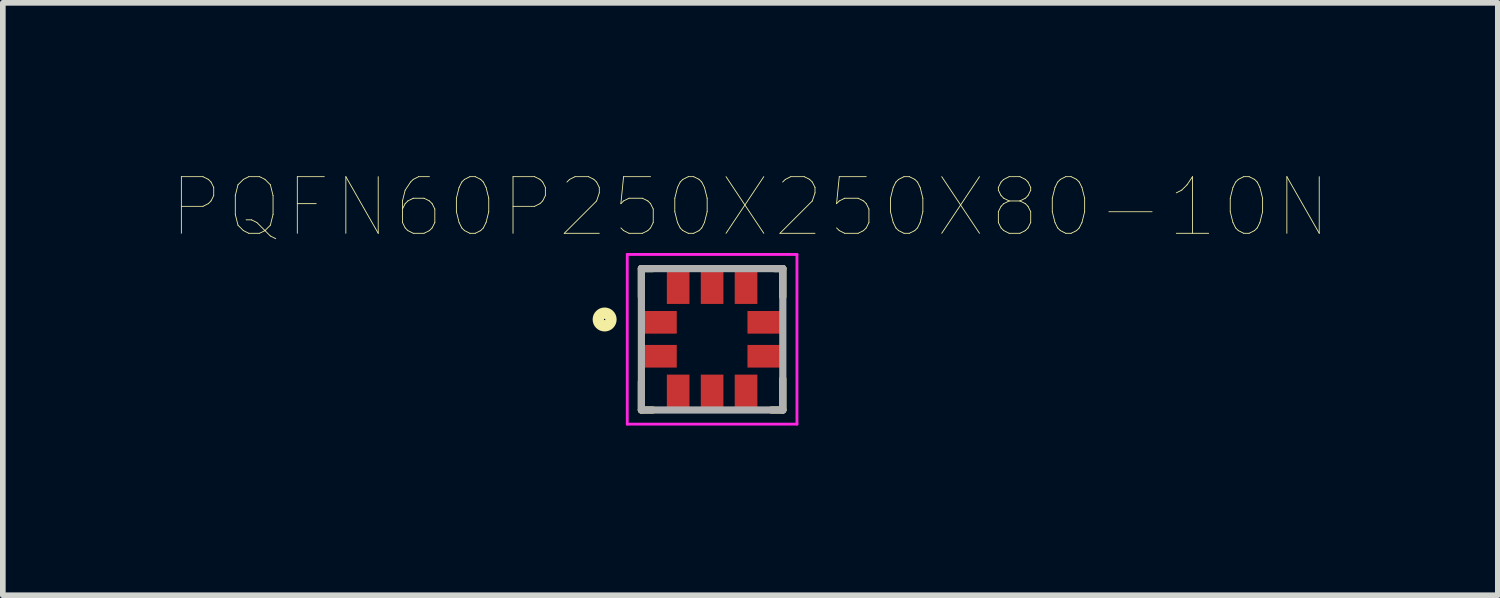
<source format=kicad_pcb>
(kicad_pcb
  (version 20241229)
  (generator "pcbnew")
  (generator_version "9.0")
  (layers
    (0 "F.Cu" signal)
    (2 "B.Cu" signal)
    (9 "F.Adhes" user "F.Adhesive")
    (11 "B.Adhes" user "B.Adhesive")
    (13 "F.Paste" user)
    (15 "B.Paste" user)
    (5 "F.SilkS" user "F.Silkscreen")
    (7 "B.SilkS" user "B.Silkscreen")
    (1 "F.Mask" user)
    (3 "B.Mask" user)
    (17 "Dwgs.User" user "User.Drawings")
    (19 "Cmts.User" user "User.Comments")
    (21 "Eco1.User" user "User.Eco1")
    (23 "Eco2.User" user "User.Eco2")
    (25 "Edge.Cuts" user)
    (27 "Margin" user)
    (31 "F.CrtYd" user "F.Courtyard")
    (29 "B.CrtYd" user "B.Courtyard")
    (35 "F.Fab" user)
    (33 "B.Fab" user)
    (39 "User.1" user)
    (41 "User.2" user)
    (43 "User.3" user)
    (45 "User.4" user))
  (footprint "PQFN60P250X250X80-10N"
    (layer "F.Cu")
    (at 9.539 2.948)
    (property "Reference" "PQFN60P250X250X80-10N" (at 0.675 -2.336 0) (layer "F.SilkS") (effects (font (size 1.001 1.001) (thickness 0.015))))
    (attr through_hole)
    (fp_line (start -1.25 -1.25) (end -1.25 -0.75) (stroke (width 0.127) (type solid)) (layer "F.SilkS"))
    (fp_line (start -1.25 0.75) (end -1.25 1.25) (stroke (width 0.127) (type solid)) (layer "F.SilkS"))
    (fp_line (start -1.25 1.25) (end -1.05 1.25) (stroke (width 0.127) (type solid)) (layer "F.SilkS"))
    (fp_line (start -1.05 -1.25) (end -1.25 -1.25) (stroke (width 0.127) (type solid)) (layer "F.SilkS"))
    (fp_line (start 1.1 -1.25) (end 1.25 -1.25) (stroke (width 0.127) (type solid)) (layer "F.SilkS"))
    (fp_line (start 1.25 -1.25) (end 1.25 -0.75) (stroke (width 0.127) (type solid)) (layer "F.SilkS"))
    (fp_line (start 1.25 0.7) (end 1.25 1.25) (stroke (width 0.127) (type solid)) (layer "F.SilkS"))
    (fp_line (start 1.25 1.25) (end 1.05 1.25) (stroke (width 0.127) (type solid)) (layer "F.SilkS"))
    (fp_circle (center -1.9 -0.35) (end -1.788 -0.35) (stroke (width 0.2) (type solid)) (fill no) (layer "F.SilkS"))
    (fp_line (start -1.5 -1.5) (end 1.5 -1.5) (stroke (width 0.05) (type solid)) (layer "F.CrtYd"))
    (fp_line (start -1.5 1.5) (end -1.5 -1.5) (stroke (width 0.05) (type solid)) (layer "F.CrtYd"))
    (fp_line (start 1.5 -1.5) (end 1.5 1.5) (stroke (width 0.05) (type solid)) (layer "F.CrtYd"))
    (fp_line (start 1.5 1.5) (end -1.5 1.5) (stroke (width 0.05) (type solid)) (layer "F.CrtYd"))
    (fp_line (start -1.25 -1.25) (end -1.25 1.25) (stroke (width 0.127) (type solid)) (layer "F.Fab"))
    (fp_line (start -1.25 1.25) (end 1.25 1.25) (stroke (width 0.127) (type solid)) (layer "F.Fab"))
    (fp_line (start 1.25 -1.25) (end -1.25 -1.25) (stroke (width 0.127) (type solid)) (layer "F.Fab"))
    (fp_line (start 1.25 1.25) (end 1.25 -1.25) (stroke (width 0.127) (type solid)) (layer "F.Fab"))
    (pad "1" smd rect (at -0.92 -0.3) (size 0.59 0.4) (layers "F.Cu" "F.Mask" "F.Paste"))
    (pad "2" smd rect (at -0.92 0.3) (size 0.59 0.4) (layers "F.Cu" "F.Mask" "F.Paste"))
    (pad "3" smd rect (at -0.6 0.92) (size 0.4 0.59) (layers "F.Cu" "F.Mask" "F.Paste"))
    (pad "4" smd rect (at 0 0.92) (size 0.4 0.59) (layers "F.Cu" "F.Mask" "F.Paste"))
    (pad "5" smd rect (at 0.6 0.92) (size 0.4 0.59) (layers "F.Cu" "F.Mask" "F.Paste"))
    (pad "6" smd rect (at 0.92 0.3) (size 0.59 0.4) (layers "F.Cu" "F.Mask" "F.Paste"))
    (pad "7" smd rect (at 0.92 -0.3) (size 0.59 0.4) (layers "F.Cu" "F.Mask" "F.Paste"))
    (pad "8" smd rect (at 0.6 -0.92) (size 0.4 0.59) (layers "F.Cu" "F.Mask" "F.Paste"))
    (pad "9" smd rect (at 0 -0.92) (size 0.4 0.59) (layers "F.Cu" "F.Mask" "F.Paste"))
    (pad "10" smd rect (at -0.6 -0.92) (size 0.4 0.59) (layers "F.Cu" "F.Mask" "F.Paste")))
  (gr_rect
    (start -3 -3)
    (end 23.429 7.473)
    (stroke (width 0.1) (type default))
    (fill no)
    (layer "Edge.Cuts")))
</source>
